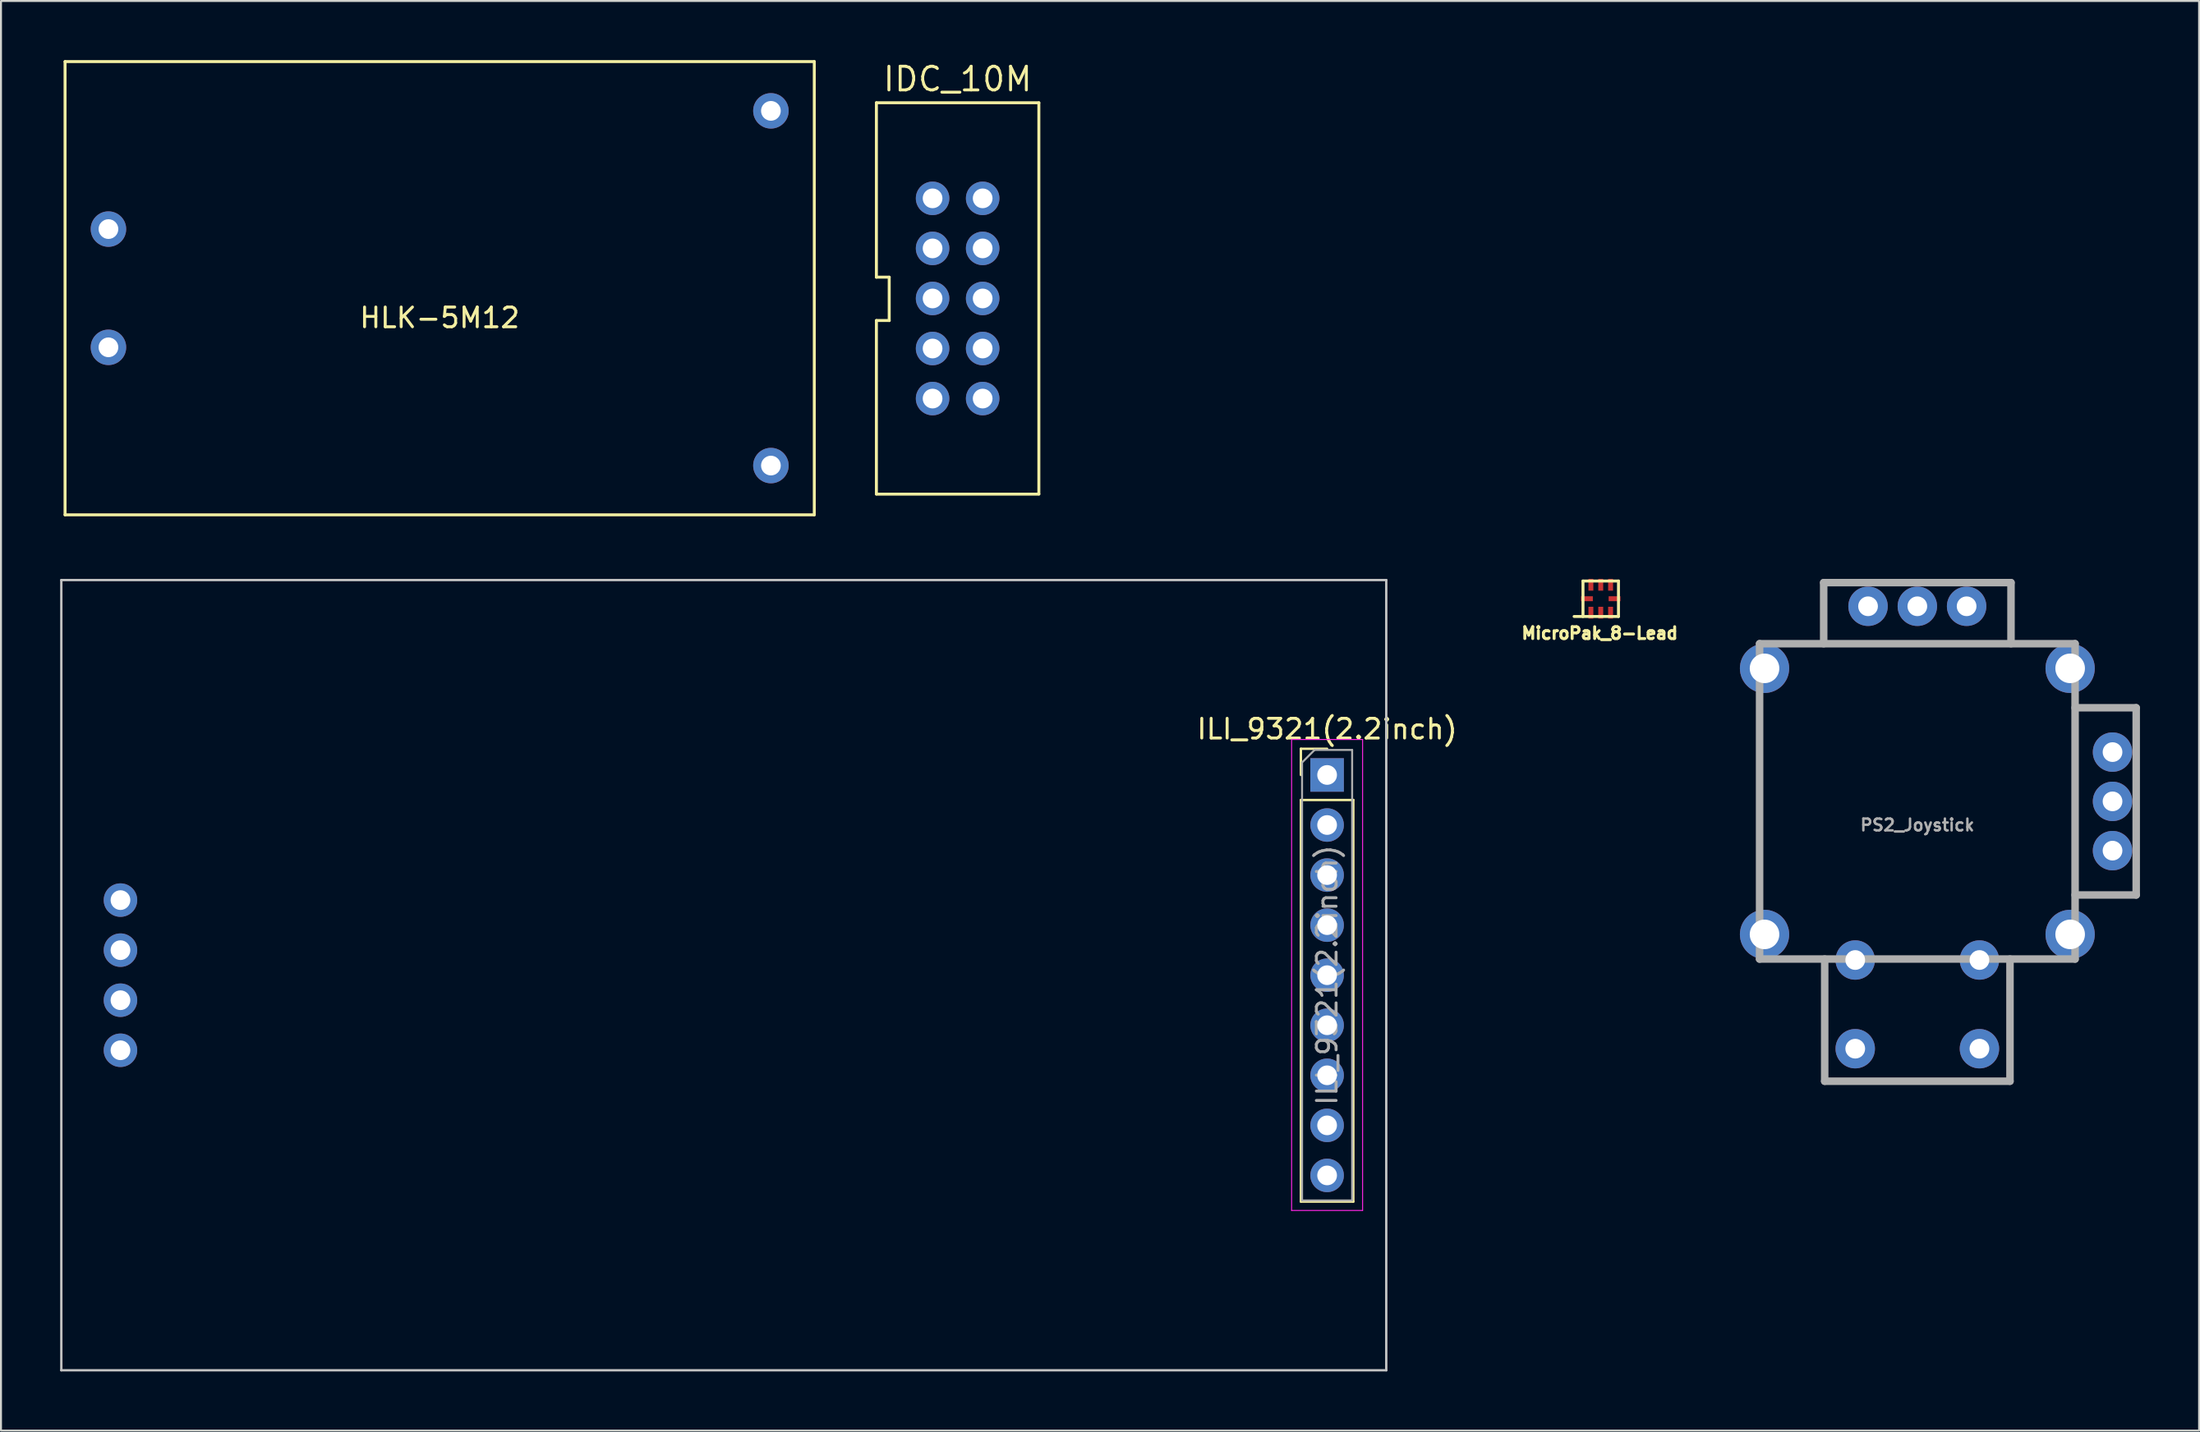
<source format=kicad_pcb>
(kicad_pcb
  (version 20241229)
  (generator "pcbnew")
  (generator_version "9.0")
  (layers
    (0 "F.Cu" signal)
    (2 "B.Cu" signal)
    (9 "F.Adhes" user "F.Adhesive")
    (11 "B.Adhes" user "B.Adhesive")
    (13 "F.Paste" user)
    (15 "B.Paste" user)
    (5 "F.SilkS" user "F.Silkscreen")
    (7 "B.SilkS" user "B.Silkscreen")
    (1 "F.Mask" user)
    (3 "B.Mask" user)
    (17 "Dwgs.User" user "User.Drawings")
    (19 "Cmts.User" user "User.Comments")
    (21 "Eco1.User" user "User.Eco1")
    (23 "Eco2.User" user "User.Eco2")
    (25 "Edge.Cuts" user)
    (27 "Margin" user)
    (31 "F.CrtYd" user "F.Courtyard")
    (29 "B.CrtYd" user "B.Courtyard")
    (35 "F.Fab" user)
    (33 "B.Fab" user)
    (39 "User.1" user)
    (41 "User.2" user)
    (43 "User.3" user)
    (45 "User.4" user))
  (footprint "MicroPak_8-Lead"
    (layer "F.Cu")
    (at 78.138 27.332)
    (property "Reference" "MicroPak_8-Lead" (at -0.05 1.75 0) (layer "F.SilkS") (effects (font (size 0.6 0.6) (thickness 0.15))))
    (attr through_hole)
    (fp_line (start -0.95 0.9) (end -1.35 0.9) (stroke (width 0.15) (type solid)) (layer "F.SilkS"))
    (fp_line (start -0.9 -0.9) (end 0.9 -0.9) (stroke (width 0.15) (type solid)) (layer "F.SilkS"))
    (fp_line (start -0.9 0.9) (end -0.9 -0.9) (stroke (width 0.15) (type solid)) (layer "F.SilkS"))
    (fp_line (start 0.9 -0.9) (end 0.9 0.9) (stroke (width 0.15) (type solid)) (layer "F.SilkS"))
    (fp_line (start 0.9 0.9) (end -0.9 0.9) (stroke (width 0.15) (type solid)) (layer "F.SilkS"))
    (pad "1" smd rect (at -0.5 0.708) (size 0.25 0.6) (layers "F.Cu" "F.Mask" "F.Paste"))
    (pad "2" smd rect (at 0 0.708) (size 0.25 0.6) (layers "F.Cu" "F.Mask" "F.Paste"))
    (pad "3" smd rect (at 0.5 0.708) (size 0.25 0.6) (layers "F.Cu" "F.Mask" "F.Paste"))
    (pad "4" smd rect (at 0.7 0) (size 0.6 0.25) (layers "F.Cu" "F.Mask" "F.Paste"))
    (pad "5" smd rect (at 0.5 -0.708) (size 0.25 0.6) (layers "F.Cu" "F.Mask" "F.Paste"))
    (pad "6" smd rect (at 0 -0.708) (size 0.25 0.6) (layers "F.Cu" "F.Mask" "F.Paste"))
    (pad "7" smd rect (at -0.5 -0.708) (size 0.25 0.6) (layers "F.Cu" "F.Mask" "F.Paste"))
    (pad "8" smd rect (at -0.7 0) (size 0.6 0.25) (layers "F.Cu" "F.Mask" "F.Paste")))
  (footprint "ILI_9321(2.2inch)"
    (layer "F.Cu")
    (at 64.26 46.435)
    (property "Reference" "ILI_9321(2.2inch)" (at 0 -12.49 0) (layer "F.SilkS") (effects (font (size 1 1) (thickness 0.15))))
    (attr through_hole)
    (fp_line (start -1.33 -11.49) (end 0 -11.49) (stroke (width 0.12) (type solid)) (layer "F.SilkS"))
    (fp_line (start -1.33 -10.16) (end -1.33 -11.49) (stroke (width 0.12) (type solid)) (layer "F.SilkS"))
    (fp_line (start -1.33 -8.89) (end -1.33 11.49) (stroke (width 0.12) (type solid)) (layer "F.SilkS"))
    (fp_line (start -1.33 -8.89) (end 1.33 -8.89) (stroke (width 0.12) (type solid)) (layer "F.SilkS"))
    (fp_line (start -1.33 11.49) (end 1.33 11.49) (stroke (width 0.12) (type solid)) (layer "F.SilkS"))
    (fp_line (start 1.33 -8.89) (end 1.33 11.49) (stroke (width 0.12) (type solid)) (layer "F.SilkS"))
    (fp_line (start -64.2 -20.05) (end 3 -20.05) (stroke (width 0.12) (type solid)) (layer "Dwgs.User"))
    (fp_line (start -64.2 20.05) (end -64.2 -20.05) (stroke (width 0.12) (type solid)) (layer "Dwgs.User"))
    (fp_line (start 3 -20.05) (end 3 20.05) (stroke (width 0.12) (type solid)) (layer "Dwgs.User"))
    (fp_line (start 3 20.05) (end -64.2 20.05) (stroke (width 0.12) (type solid)) (layer "Dwgs.User"))
    (fp_line (start -1.8 -11.96) (end -1.8 11.94) (stroke (width 0.05) (type solid)) (layer "F.CrtYd"))
    (fp_line (start -1.8 11.94) (end 1.8 11.94) (stroke (width 0.05) (type solid)) (layer "F.CrtYd"))
    (fp_line (start 1.8 -11.96) (end -1.8 -11.96) (stroke (width 0.05) (type solid)) (layer "F.CrtYd"))
    (fp_line (start 1.8 11.94) (end 1.8 -11.96) (stroke (width 0.05) (type solid)) (layer "F.CrtYd"))
    (fp_line (start -1.27 -10.795) (end -0.635 -11.43) (stroke (width 0.1) (type solid)) (layer "F.Fab"))
    (fp_line (start -1.27 11.43) (end -1.27 -10.795) (stroke (width 0.1) (type solid)) (layer "F.Fab"))
    (fp_line (start -0.635 -11.43) (end 1.27 -11.43) (stroke (width 0.1) (type solid)) (layer "F.Fab"))
    (fp_line (start 1.27 -11.43) (end 1.27 11.43) (stroke (width 0.1) (type solid)) (layer "F.Fab"))
    (fp_line (start 1.27 11.43) (end -1.27 11.43) (stroke (width 0.1) (type solid)) (layer "F.Fab"))
    (fp_text user "${REFERENCE}" (at 0 0 90) (layer "F.Fab") (effects (font (size 1 1) (thickness 0.15))))
    (pad "1" thru_hole rect (at 0 -10.16) (size 1.7 1.7) (drill 1) (layers "*.Cu" "*.Mask"))
    (pad "2" thru_hole oval (at 0 -7.62) (size 1.7 1.7) (drill 1) (layers "*.Cu" "*.Mask"))
    (pad "3" thru_hole oval (at 0 -5.08) (size 1.7 1.7) (drill 1) (layers "*.Cu" "*.Mask"))
    (pad "4" thru_hole oval (at 0 -2.54) (size 1.7 1.7) (drill 1) (layers "*.Cu" "*.Mask"))
    (pad "5" thru_hole oval (at 0 0) (size 1.7 1.7) (drill 1) (layers "*.Cu" "*.Mask"))
    (pad "6" thru_hole oval (at 0 2.54) (size 1.7 1.7) (drill 1) (layers "*.Cu" "*.Mask"))
    (pad "7" thru_hole oval (at 0 5.08) (size 1.7 1.7) (drill 1) (layers "*.Cu" "*.Mask"))
    (pad "8" thru_hole oval (at 0 7.62) (size 1.7 1.7) (drill 1) (layers "*.Cu" "*.Mask"))
    (pad "9" thru_hole oval (at 0 10.16) (size 1.7 1.7) (drill 1) (layers "*.Cu" "*.Mask"))
    (pad "10" thru_hole circle (at -61.2 -3.81) (size 1.7 1.7) (drill 1) (layers "*.Cu" "*.Mask"))
    (pad "11" thru_hole circle (at -61.2 -1.27) (size 1.7 1.7) (drill 1) (layers "*.Cu" "*.Mask"))
    (pad "12" thru_hole circle (at -61.2 1.27) (size 1.7 1.7) (drill 1) (layers "*.Cu" "*.Mask"))
    (pad "13" thru_hole circle (at -61.2 3.81) (size 1.7 1.7) (drill 1) (layers "*.Cu" "*.Mask")))
  (footprint "HLK-5M12"
    (layer "F.Cu")
    (at 0.25 23.075)
    (property "Reference" "HLK-5M12" (at 19 -10 0) (layer "F.SilkS") (effects (font (size 1 1) (thickness 0.15))))
    (attr through_hole)
    (fp_line (start 0 -23) (end 0 0) (stroke (width 0.15) (type solid)) (layer "F.SilkS"))
    (fp_line (start 0 0) (end 38 0) (stroke (width 0.15) (type solid)) (layer "F.SilkS"))
    (fp_line (start 38 -23) (end 0 -23) (stroke (width 0.15) (type solid)) (layer "F.SilkS"))
    (fp_line (start 38 0) (end 38 -23) (stroke (width 0.15) (type solid)) (layer "F.SilkS"))
    (pad "1" thru_hole circle (at 2.2 -14.5) (size 1.8 1.8) (drill 1) (layers "*.Cu" "*.Mask"))
    (pad "2" thru_hole circle (at 2.2 -8.5) (size 1.8 1.8) (drill 1) (layers "*.Cu" "*.Mask"))
    (pad "3" thru_hole circle (at 35.8 -20.5) (size 1.8 1.8) (drill 1) (layers "*.Cu" "*.Mask"))
    (pad "4" thru_hole circle (at 35.8 -2.5) (size 1.8 1.8) (drill 1) (layers "*.Cu" "*.Mask")))
  (footprint "PS2_Joystick"
    (layer "F.Cu")
    (at 94.196 37.615)
    (property "Reference" "PS2_Joystick" (at 0 1.2 0) (layer "F.Fab") (effects (font (size 0.599 0.599) (thickness 0.124))))
    (attr through_hole)
    (fp_line (start -8.001 -8.001) (end 8.001 -8.001) (stroke (width 0.381) (type solid)) (layer "F.Fab"))
    (fp_line (start -8.001 8.001) (end -8.001 -8.001) (stroke (width 0.381) (type solid)) (layer "F.Fab"))
    (fp_line (start -4.75 -11.1) (end 4.75 -11.1) (stroke (width 0.381) (type solid)) (layer "F.Fab"))
    (fp_line (start -4.75 -8.001) (end -4.75 -11.1) (stroke (width 0.381) (type solid)) (layer "F.Fab"))
    (fp_line (start -4.699 8.001) (end -4.699 14.201) (stroke (width 0.381) (type solid)) (layer "F.Fab"))
    (fp_line (start -4.699 14.201) (end 4.699 14.201) (stroke (width 0.381) (type solid)) (layer "F.Fab"))
    (fp_line (start 4.699 14.201) (end 4.699 8.001) (stroke (width 0.381) (type solid)) (layer "F.Fab"))
    (fp_line (start 4.75 -11.1) (end 4.75 -8.001) (stroke (width 0.381) (type solid)) (layer "F.Fab"))
    (fp_line (start 8.001 -8.001) (end 8.001 8.001) (stroke (width 0.381) (type solid)) (layer "F.Fab"))
    (fp_line (start 8.001 -4.75) (end 11.1 -4.75) (stroke (width 0.381) (type solid)) (layer "F.Fab"))
    (fp_line (start 8.001 8.001) (end -8.001 8.001) (stroke (width 0.381) (type solid)) (layer "F.Fab"))
    (fp_line (start 11.1 -4.75) (end 11.1 4.75) (stroke (width 0.381) (type solid)) (layer "F.Fab"))
    (fp_line (start 11.1 4.75) (end 8.001 4.75) (stroke (width 0.381) (type solid)) (layer "F.Fab"))
    (pad "GND" thru_hole circle (at -7.75 -6.75) (size 2.5 2.5) (drill 1.5) (layers "*.Cu" "*.Mask"))
    (pad "GND" thru_hole circle (at -7.75 6.75) (size 2.5 2.5) (drill 1.5) (layers "*.Cu" "*.Mask"))
    (pad "GND" thru_hole circle (at 7.75 -6.75) (size 2.5 2.5) (drill 1.5) (layers "*.Cu" "*.Mask"))
    (pad "GND" thru_hole circle (at 7.75 6.75) (size 2.5 2.5) (drill 1.5) (layers "*.Cu" "*.Mask"))
    (pad "SW1" thru_hole circle (at -3.15 8.05) (size 1.999 1.999) (drill 1.001) (layers "*.Cu" "*.Mask"))
    (pad "SW1" thru_hole circle (at 3.15 8.05) (size 1.999 1.999) (drill 1.001) (layers "*.Cu" "*.Mask"))
    (pad "SW2" thru_hole circle (at -3.15 12.55) (size 1.999 1.999) (drill 1.001) (layers "*.Cu" "*.Mask"))
    (pad "SW2" thru_hole circle (at 3.15 12.55) (size 1.999 1.999) (drill 1.001) (layers "*.Cu" "*.Mask"))
    (pad "X1" thru_hole circle (at 9.9 -2.5) (size 2 2) (drill 1) (layers "*.Cu" "*.Mask"))
    (pad "X2" thru_hole circle (at 9.9 0) (size 2 2) (drill 1) (layers "*.Cu" "*.Mask"))
    (pad "X3" thru_hole circle (at 9.9 2.5) (size 2 2) (drill 1) (layers "*.Cu" "*.Mask"))
    (pad "Y1" thru_hole circle (at -2.5 -9.9) (size 2 2) (drill 1) (layers "*.Cu" "*.Mask"))
    (pad "Y2" thru_hole circle (at 0 -9.9) (size 2 2) (drill 1) (layers "*.Cu" "*.Mask"))
    (pad "Y3" thru_hole circle (at 2.499 -9.9) (size 2 2) (drill 1) (layers "*.Cu" "*.Mask")))
  (footprint "IDC_10M"
    (layer "F.Cu")
    (at 44.25 7.015)
    (property "Reference" "IDC_10M" (at 1.27 -6.05 0) (layer "F.SilkS") (effects (font (size 1.2 1.2) (thickness 0.15))))
    (attr through_hole)
    (fp_line (start -2.85 -4.85) (end -2.85 4) (stroke (width 0.15) (type solid)) (layer "F.SilkS"))
    (fp_line (start -2.85 -4.85) (end 5.39 -4.85) (stroke (width 0.15) (type solid)) (layer "F.SilkS"))
    (fp_line (start -2.85 6.2) (end -2.2 6.2) (stroke (width 0.15) (type solid)) (layer "F.SilkS"))
    (fp_line (start -2.85 15) (end -2.85 6.2) (stroke (width 0.15) (type solid)) (layer "F.SilkS"))
    (fp_line (start -2.85 15.01) (end 5.39 15.01) (stroke (width 0.15) (type solid)) (layer "F.SilkS"))
    (fp_line (start -2.2 4) (end -2.85 4) (stroke (width 0.15) (type solid)) (layer "F.SilkS"))
    (fp_line (start -2.2 6.2) (end -2.2 4) (stroke (width 0.15) (type solid)) (layer "F.SilkS"))
    (fp_line (start 5.39 -4.85) (end 5.39 15) (stroke (width 0.15) (type solid)) (layer "F.SilkS"))
    (pad "1" thru_hole circle (at 0 0 270) (size 1.7 1.7) (drill 1) (layers "*.Cu" "*.Mask"))
    (pad "2" thru_hole circle (at 2.54 0 270) (size 1.7 1.7) (drill 1) (layers "*.Cu" "*.Mask"))
    (pad "3" thru_hole circle (at 0 2.54 270) (size 1.7 1.7) (drill 1) (layers "*.Cu" "*.Mask"))
    (pad "4" thru_hole circle (at 2.54 2.54 270) (size 1.7 1.7) (drill 1) (layers "*.Cu" "*.Mask"))
    (pad "5" thru_hole circle (at 0 5.08 270) (size 1.7 1.7) (drill 1) (layers "*.Cu" "*.Mask"))
    (pad "6" thru_hole circle (at 2.54 5.08 270) (size 1.7 1.7) (drill 1) (layers "*.Cu" "*.Mask"))
    (pad "7" thru_hole circle (at 0 7.62 270) (size 1.7 1.7) (drill 1) (layers "*.Cu" "*.Mask"))
    (pad "8" thru_hole circle (at 2.54 7.62 270) (size 1.7 1.7) (drill 1) (layers "*.Cu" "*.Mask"))
    (pad "9" thru_hole circle (at 0 10.16 270) (size 1.7 1.7) (drill 1) (layers "*.Cu" "*.Mask"))
    (pad "10" thru_hole circle (at 2.54 10.16 270) (size 1.7 1.7) (drill 1) (layers "*.Cu" "*.Mask")))
  (gr_rect
    (start -3 -3)
    (end 108.486 69.545)
    (stroke (width 0.1) (type default))
    (fill no)
    (layer "Edge.Cuts")))
</source>
